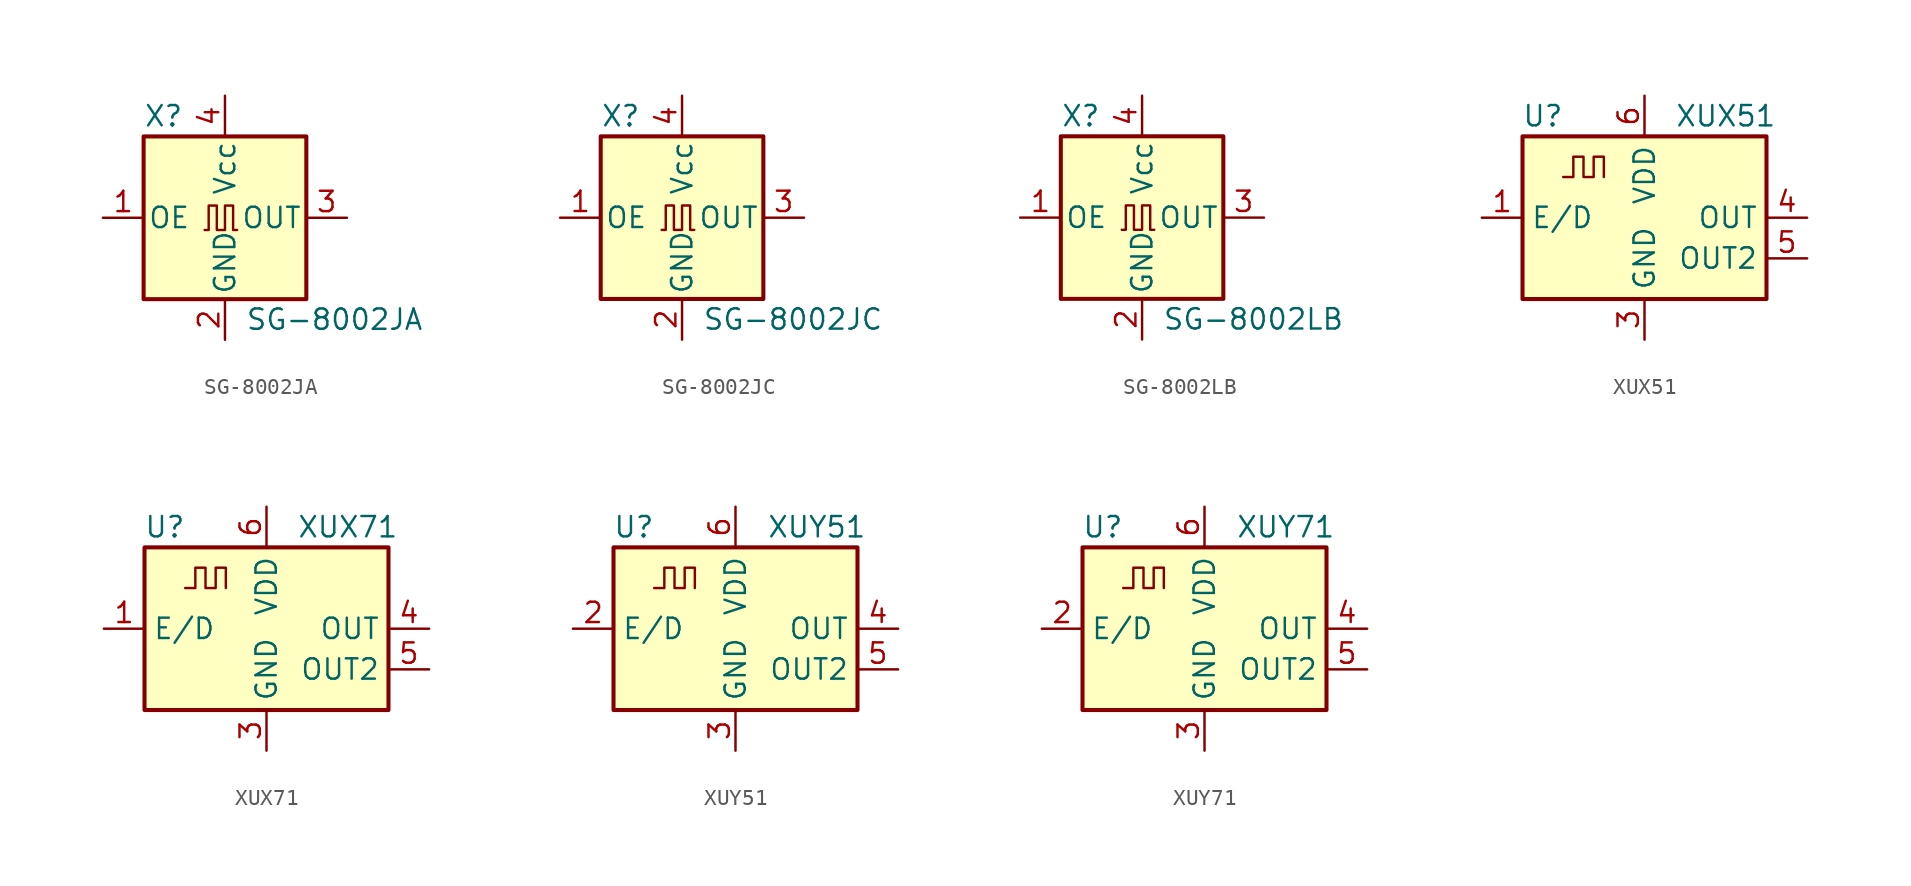
<source format=kicad_sym>
(kicad_symbol_lib
  (version 20201005)
  (generator kicad_symbol_editor)
  (symbol "SG-8002JA"
    (pin_names
      (offset 0.254))
    (property "Reference" "X"
      (at -5.08 6.35 0)
      (effects (font (size 1.27 1.27)) (justify left)))
    (property "Value" "SG-8002JA"
      (at 1.27 -6.35 0)
      (effects (font (size 1.27 1.27)) (justify left)))
    (symbol "SG-8002JA_0_1"
      (rectangle (start -5.08 5.08) (end 5.08 -5.08) (stroke (width 0.254)) (fill (type background)))
      (polyline (pts (xy -1.27 -0.762) (xy -1.016 -0.762) (xy -1.016 0.762) (xy -0.508 0.762) (xy -0.508 -0.762) (xy 0 -0.762) (xy 0 0.762) (xy 0.508 0.762) (xy 0.508 -0.762) (xy 0.762 -0.762)) (stroke (width 0)) (fill (type none))))
    (symbol "SG-8002JA_1_1"
      (pin input line (at -7.62 0 0) (length 2.54) (name "OE" (effects (font (size 1.27 1.27)))) (number "1" (effects (font (size 1.27 1.27)))))
      (pin power_in line (at 0 -7.62 90) (length 2.54) (name "GND" (effects (font (size 1.27 1.27)))) (number "2" (effects (font (size 1.27 1.27)))))
      (pin output line (at 7.62 0 180) (length 2.54) (name "OUT" (effects (font (size 1.27 1.27)))) (number "3" (effects (font (size 1.27 1.27)))))
      (pin power_in line (at 0 7.62 270) (length 2.54) (name "Vcc" (effects (font (size 1.27 1.27)))) (number "4" (effects (font (size 1.27 1.27)))))))
  (symbol "SG-8002JC"
    (pin_names
      (offset 0.254))
    (property "Reference" "X"
      (at -5.08 6.35 0)
      (effects (font (size 1.27 1.27)) (justify left)))
    (property "Value" "SG-8002JC"
      (at 1.27 -6.35 0)
      (effects (font (size 1.27 1.27)) (justify left)))
    (symbol "SG-8002JC_0_1"
      (rectangle (start -5.08 5.08) (end 5.08 -5.08) (stroke (width 0.254)) (fill (type background)))
      (polyline (pts (xy -1.27 -0.762) (xy -1.016 -0.762) (xy -1.016 0.762) (xy -0.508 0.762) (xy -0.508 -0.762) (xy 0 -0.762) (xy 0 0.762) (xy 0.508 0.762) (xy 0.508 -0.762) (xy 0.762 -0.762)) (stroke (width 0)) (fill (type none))))
    (symbol "SG-8002JC_1_1"
      (pin input line (at -7.62 0 0) (length 2.54) (name "OE" (effects (font (size 1.27 1.27)))) (number "1" (effects (font (size 1.27 1.27)))))
      (pin power_in line (at 0 -7.62 90) (length 2.54) (name "GND" (effects (font (size 1.27 1.27)))) (number "2" (effects (font (size 1.27 1.27)))))
      (pin output line (at 7.62 0 180) (length 2.54) (name "OUT" (effects (font (size 1.27 1.27)))) (number "3" (effects (font (size 1.27 1.27)))))
      (pin power_in line (at 0 7.62 270) (length 2.54) (name "Vcc" (effects (font (size 1.27 1.27)))) (number "4" (effects (font (size 1.27 1.27)))))))
  (symbol "SG-8002LB"
    (pin_names
      (offset 0.254))
    (property "Reference" "X"
      (at -5.08 6.35 0)
      (effects (font (size 1.27 1.27)) (justify left)))
    (property "Value" "SG-8002LB"
      (at 1.27 -6.35 0)
      (effects (font (size 1.27 1.27)) (justify left)))
    (symbol "SG-8002LB_0_1"
      (rectangle (start -5.08 5.08) (end 5.08 -5.08) (stroke (width 0.254)) (fill (type background)))
      (polyline (pts (xy -1.27 -0.762) (xy -1.016 -0.762) (xy -1.016 0.762) (xy -0.508 0.762) (xy -0.508 -0.762) (xy 0 -0.762) (xy 0 0.762) (xy 0.508 0.762) (xy 0.508 -0.762) (xy 0.762 -0.762)) (stroke (width 0)) (fill (type none))))
    (symbol "SG-8002LB_1_1"
      (pin input line (at -7.62 0 0) (length 2.54) (name "OE" (effects (font (size 1.27 1.27)))) (number "1" (effects (font (size 1.27 1.27)))))
      (pin power_in line (at 0 -7.62 90) (length 2.54) (name "GND" (effects (font (size 1.27 1.27)))) (number "2" (effects (font (size 1.27 1.27)))))
      (pin output line (at 7.62 0 180) (length 2.54) (name "OUT" (effects (font (size 1.27 1.27)))) (number "3" (effects (font (size 1.27 1.27)))))
      (pin power_in line (at 0 7.62 270) (length 2.54) (name "Vcc" (effects (font (size 1.27 1.27)))) (number "4" (effects (font (size 1.27 1.27)))))))
  (symbol "XUX51"
    (property "Reference" "U"
      (at -6.35 6.35 0)
      (effects (font (size 1.27 1.27))))
    (property "Value" "XUX51"
      (at 5.08 6.35 0)
      (effects (font (size 1.27 1.27))))
    (symbol "XUX51_0_1"
      (rectangle (start -7.62 5.08) (end 7.62 -5.08) (stroke (width 0.254)) (fill (type background)))
      (polyline (pts (xy -5.08 2.54) (xy -4.445 2.54) (xy -4.445 3.81) (xy -3.81 3.81) (xy -3.81 2.54) (xy -3.175 2.54) (xy -3.175 3.81) (xy -2.54 3.81) (xy -2.54 2.54)) (stroke (width 0)) (fill (type none))))
    (symbol "XUX51_1_1"
      (pin input line (at -10.16 0 0) (length 2.54) (name "E/D" (effects (font (size 1.27 1.27)))) (number "1" (effects (font (size 1.27 1.27)))))
      (pin no_connect line (at -7.62 -2.54 0) (length 2.54) hide (name "NC" (effects (font (size 1.27 1.27)))) (number "2" (effects (font (size 1.27 1.27)))))
      (pin power_in line (at 0 -7.62 90) (length 2.54) (name "GND" (effects (font (size 1.27 1.27)))) (number "3" (effects (font (size 1.27 1.27)))))
      (pin output line (at 10.16 0 180) (length 2.54) (name "OUT" (effects (font (size 1.27 1.27)))) (number "4" (effects (font (size 1.27 1.27)))))
      (pin output line (at 10.16 -2.54 180) (length 2.54) (name "OUT2" (effects (font (size 1.27 1.27)))) (number "5" (effects (font (size 1.27 1.27)))))
      (pin power_in line (at 0 7.62 270) (length 2.54) (name "VDD" (effects (font (size 1.27 1.27)))) (number "6" (effects (font (size 1.27 1.27)))))))
  (symbol "XUX71"
    (property "Reference" "U"
      (at -6.35 6.35 0)
      (effects (font (size 1.27 1.27))))
    (property "Value" "XUX71"
      (at 5.08 6.35 0)
      (effects (font (size 1.27 1.27))))
    (symbol "XUX71_0_1"
      (rectangle (start -7.62 5.08) (end 7.62 -5.08) (stroke (width 0.254)) (fill (type background))))
    (symbol "XUX71_1_1"
      (polyline (pts (xy -5.08 2.54) (xy -4.445 2.54) (xy -4.445 3.81) (xy -3.81 3.81) (xy -3.81 2.54) (xy -3.175 2.54) (xy -3.175 3.81) (xy -2.54 3.81) (xy -2.54 2.54)) (stroke (width 0)) (fill (type none)))
      (pin input line (at -10.16 0 0) (length 2.54) (name "E/D" (effects (font (size 1.27 1.27)))) (number "1" (effects (font (size 1.27 1.27)))))
      (pin no_connect line (at -7.62 -2.54 0) (length 2.54) hide (name "NC" (effects (font (size 1.27 1.27)))) (number "2" (effects (font (size 1.27 1.27)))))
      (pin power_in line (at 0 -7.62 90) (length 2.54) (name "GND" (effects (font (size 1.27 1.27)))) (number "3" (effects (font (size 1.27 1.27)))))
      (pin output line (at 10.16 0 180) (length 2.54) (name "OUT" (effects (font (size 1.27 1.27)))) (number "4" (effects (font (size 1.27 1.27)))))
      (pin output line (at 10.16 -2.54 180) (length 2.54) (name "OUT2" (effects (font (size 1.27 1.27)))) (number "5" (effects (font (size 1.27 1.27)))))
      (pin power_in line (at 0 7.62 270) (length 2.54) (name "VDD" (effects (font (size 1.27 1.27)))) (number "6" (effects (font (size 1.27 1.27)))))))
  (symbol "XUY51"
    (property "Reference" "U"
      (at -6.35 6.35 0)
      (effects (font (size 1.27 1.27))))
    (property "Value" "XUY51"
      (at 5.08 6.35 0)
      (effects (font (size 1.27 1.27))))
    (symbol "XUY51_0_1"
      (rectangle (start -7.62 5.08) (end 7.62 -5.08) (stroke (width 0.254)) (fill (type background))))
    (symbol "XUY51_1_1"
      (polyline (pts (xy -5.08 2.54) (xy -4.445 2.54) (xy -4.445 3.81) (xy -3.81 3.81) (xy -3.81 2.54) (xy -3.175 2.54) (xy -3.175 3.81) (xy -2.54 3.81) (xy -2.54 2.54)) (stroke (width 0)) (fill (type none)))
      (pin no_connect line (at -7.62 -2.54 0) (length 2.54) hide (name "NC" (effects (font (size 1.27 1.27)))) (number "1" (effects (font (size 1.27 1.27)))))
      (pin input line (at -10.16 0 0) (length 2.54) (name "E/D" (effects (font (size 1.27 1.27)))) (number "2" (effects (font (size 1.27 1.27)))))
      (pin power_in line (at 0 -7.62 90) (length 2.54) (name "GND" (effects (font (size 1.27 1.27)))) (number "3" (effects (font (size 1.27 1.27)))))
      (pin output line (at 10.16 0 180) (length 2.54) (name "OUT" (effects (font (size 1.27 1.27)))) (number "4" (effects (font (size 1.27 1.27)))))
      (pin output line (at 10.16 -2.54 180) (length 2.54) (name "OUT2" (effects (font (size 1.27 1.27)))) (number "5" (effects (font (size 1.27 1.27)))))
      (pin power_in line (at 0 7.62 270) (length 2.54) (name "VDD" (effects (font (size 1.27 1.27)))) (number "6" (effects (font (size 1.27 1.27)))))))
  (symbol "XUY71"
    (property "Reference" "U"
      (at -6.35 6.35 0)
      (effects (font (size 1.27 1.27))))
    (property "Value" "XUY71"
      (at 5.08 6.35 0)
      (effects (font (size 1.27 1.27))))
    (symbol "XUY71_0_1"
      (rectangle (start -7.62 5.08) (end 7.62 -5.08) (stroke (width 0.254)) (fill (type background))))
    (symbol "XUY71_1_1"
      (polyline (pts (xy -5.08 2.54) (xy -4.445 2.54) (xy -4.445 3.81) (xy -3.81 3.81) (xy -3.81 2.54) (xy -3.175 2.54) (xy -3.175 3.81) (xy -2.54 3.81) (xy -2.54 2.54)) (stroke (width 0)) (fill (type none)))
      (pin no_connect line (at -7.62 -2.54 0) (length 2.54) hide (name "NC" (effects (font (size 1.27 1.27)))) (number "1" (effects (font (size 1.27 1.27)))))
      (pin input line (at -10.16 0 0) (length 2.54) (name "E/D" (effects (font (size 1.27 1.27)))) (number "2" (effects (font (size 1.27 1.27)))))
      (pin power_in line (at 0 -7.62 90) (length 2.54) (name "GND" (effects (font (size 1.27 1.27)))) (number "3" (effects (font (size 1.27 1.27)))))
      (pin output line (at 10.16 0 180) (length 2.54) (name "OUT" (effects (font (size 1.27 1.27)))) (number "4" (effects (font (size 1.27 1.27)))))
      (pin output line (at 10.16 -2.54 180) (length 2.54) (name "OUT2" (effects (font (size 1.27 1.27)))) (number "5" (effects (font (size 1.27 1.27)))))
      (pin power_in line (at 0 7.62 270) (length 2.54) (name "VDD" (effects (font (size 1.27 1.27)))) (number "6" (effects (font (size 1.27 1.27))))))))
</source>
